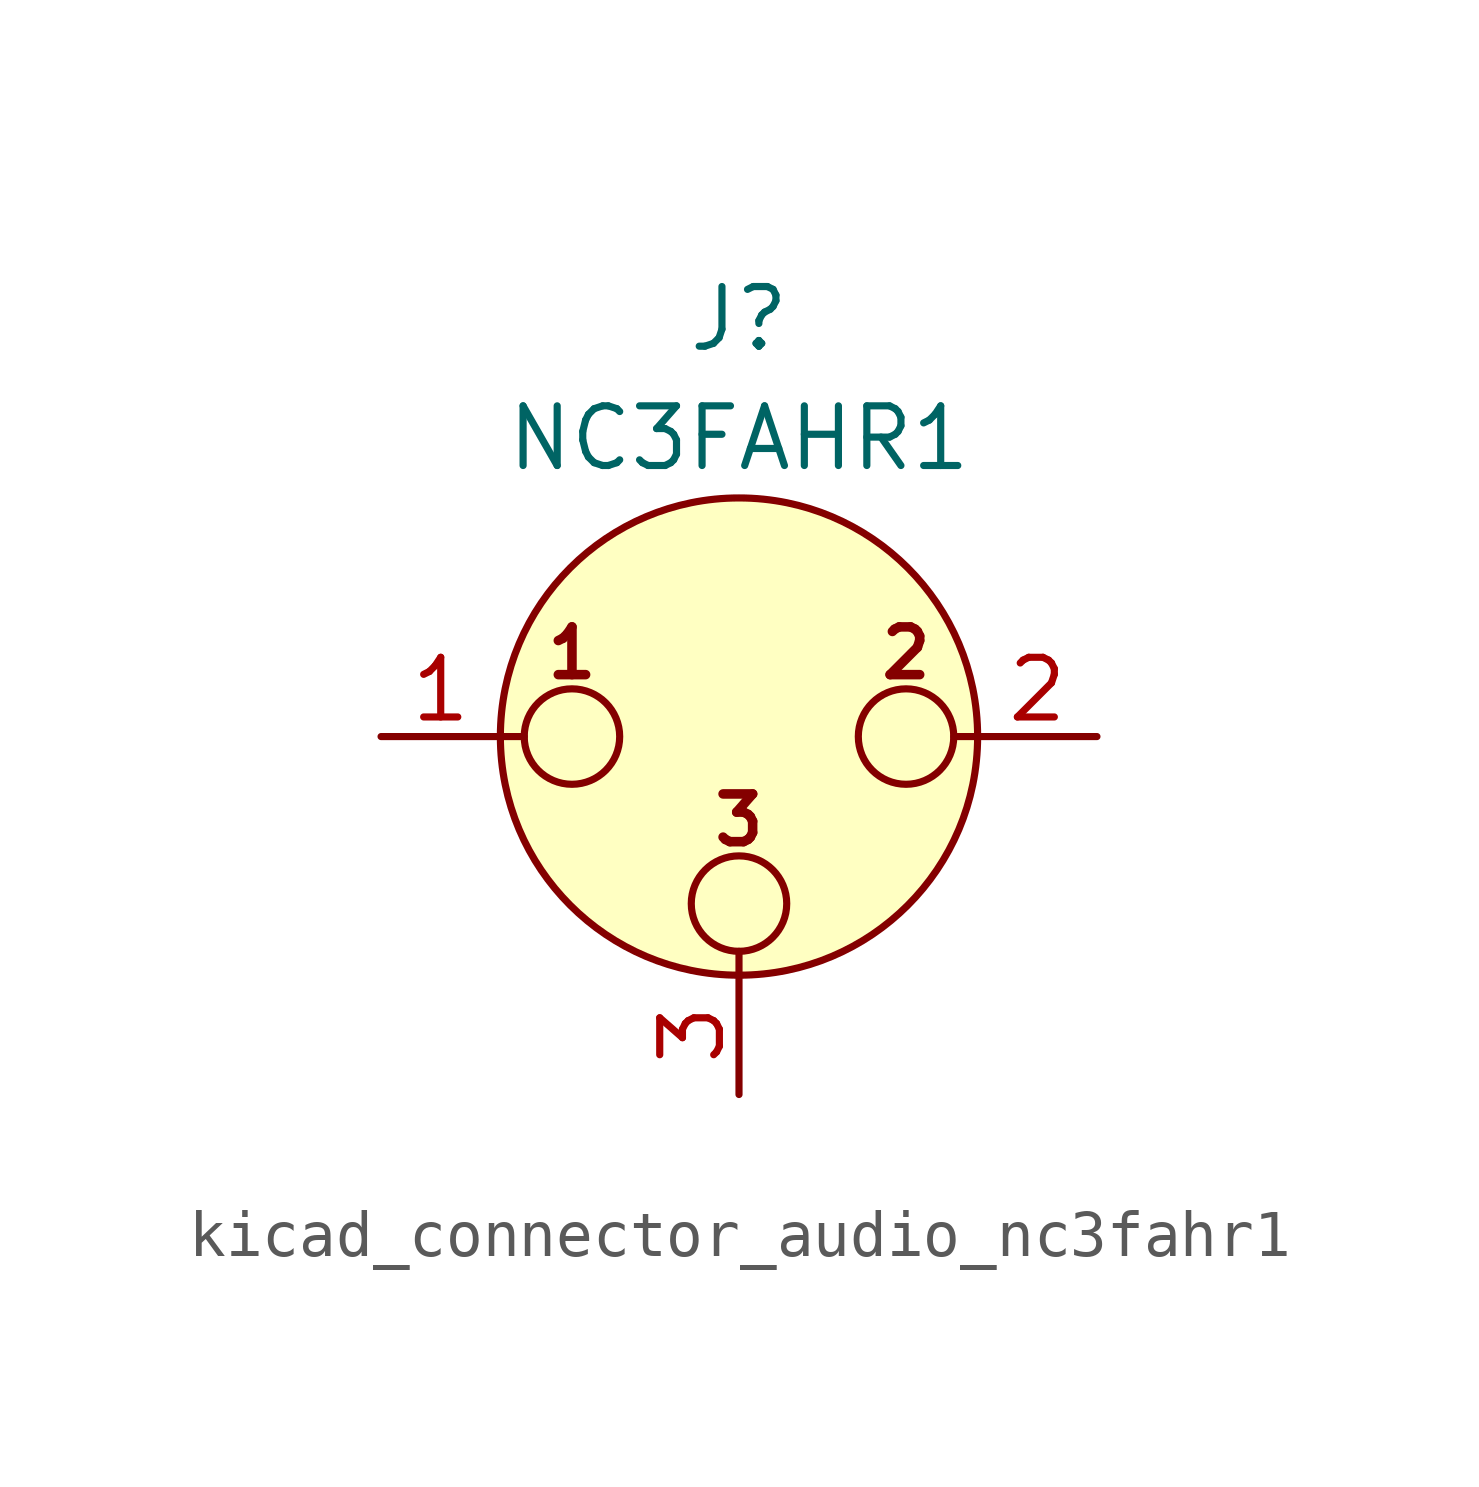
<source format=kicad_sym>
(kicad_symbol_lib
  (version 20220914)
  (generator kicad_symbol_editor)
  (symbol "kicad_connector_audio_nc3fahr1"
    (pin_names hide)
    (property "Reference" "J"
      (at 0 8.89 0)
      (effects (font (size 1.27 1.27))))
    (property "Value" "NC3FAHR1"
      (at 0 6.35 0)
      (effects (font (size 1.27 1.27))))
    (symbol "kicad_connector_audio_nc3fahr1_0_1"
      (circle (center -3.556 0) (radius 1.016) (stroke (width 0) (type default)) (fill (type none)))
      (circle (center 0 -3.556) (radius 1.016) (stroke (width 0) (type default)) (fill (type none)))
      (polyline (pts (xy -5.08 0) (xy -4.572 0)) (stroke (width 0) (type default)) (fill (type none)))
      (polyline (pts (xy 0 -5.08) (xy 0 -4.572)) (stroke (width 0) (type default)) (fill (type none)))
      (polyline (pts (xy 5.08 0) (xy 4.572 0)) (stroke (width 0) (type default)) (fill (type none)))
      (circle (center 0 0) (radius 5.08) (stroke (width 0) (type default)) (fill (type background)))
      (circle (center 3.556 0) (radius 1.016) (stroke (width 0) (type default)) (fill (type none)))
      (text "1" (at -3.556 1.778 0) (effects (font (size 1.016 1.016) bold)))
      (text "2" (at 3.556 1.778 0) (effects (font (size 1.016 1.016) bold)))
      (text "3" (at 0 -1.778 0) (effects (font (size 1.016 1.016) bold)))
      (pin passive line (at -7.62 0 0) (length 2.54) (name "~" (effects (font (size 1.27 1.27)))) (number "1" (effects (font (size 1.27 1.27)))))
      (pin passive line (at 7.62 0 180) (length 2.54) (name "~" (effects (font (size 1.27 1.27)))) (number "2" (effects (font (size 1.27 1.27)))))
      (pin passive line (at 0 -7.62 90) (length 2.54) (name "~" (effects (font (size 1.27 1.27)))) (number "3" (effects (font (size 1.27 1.27))))))))
</source>
